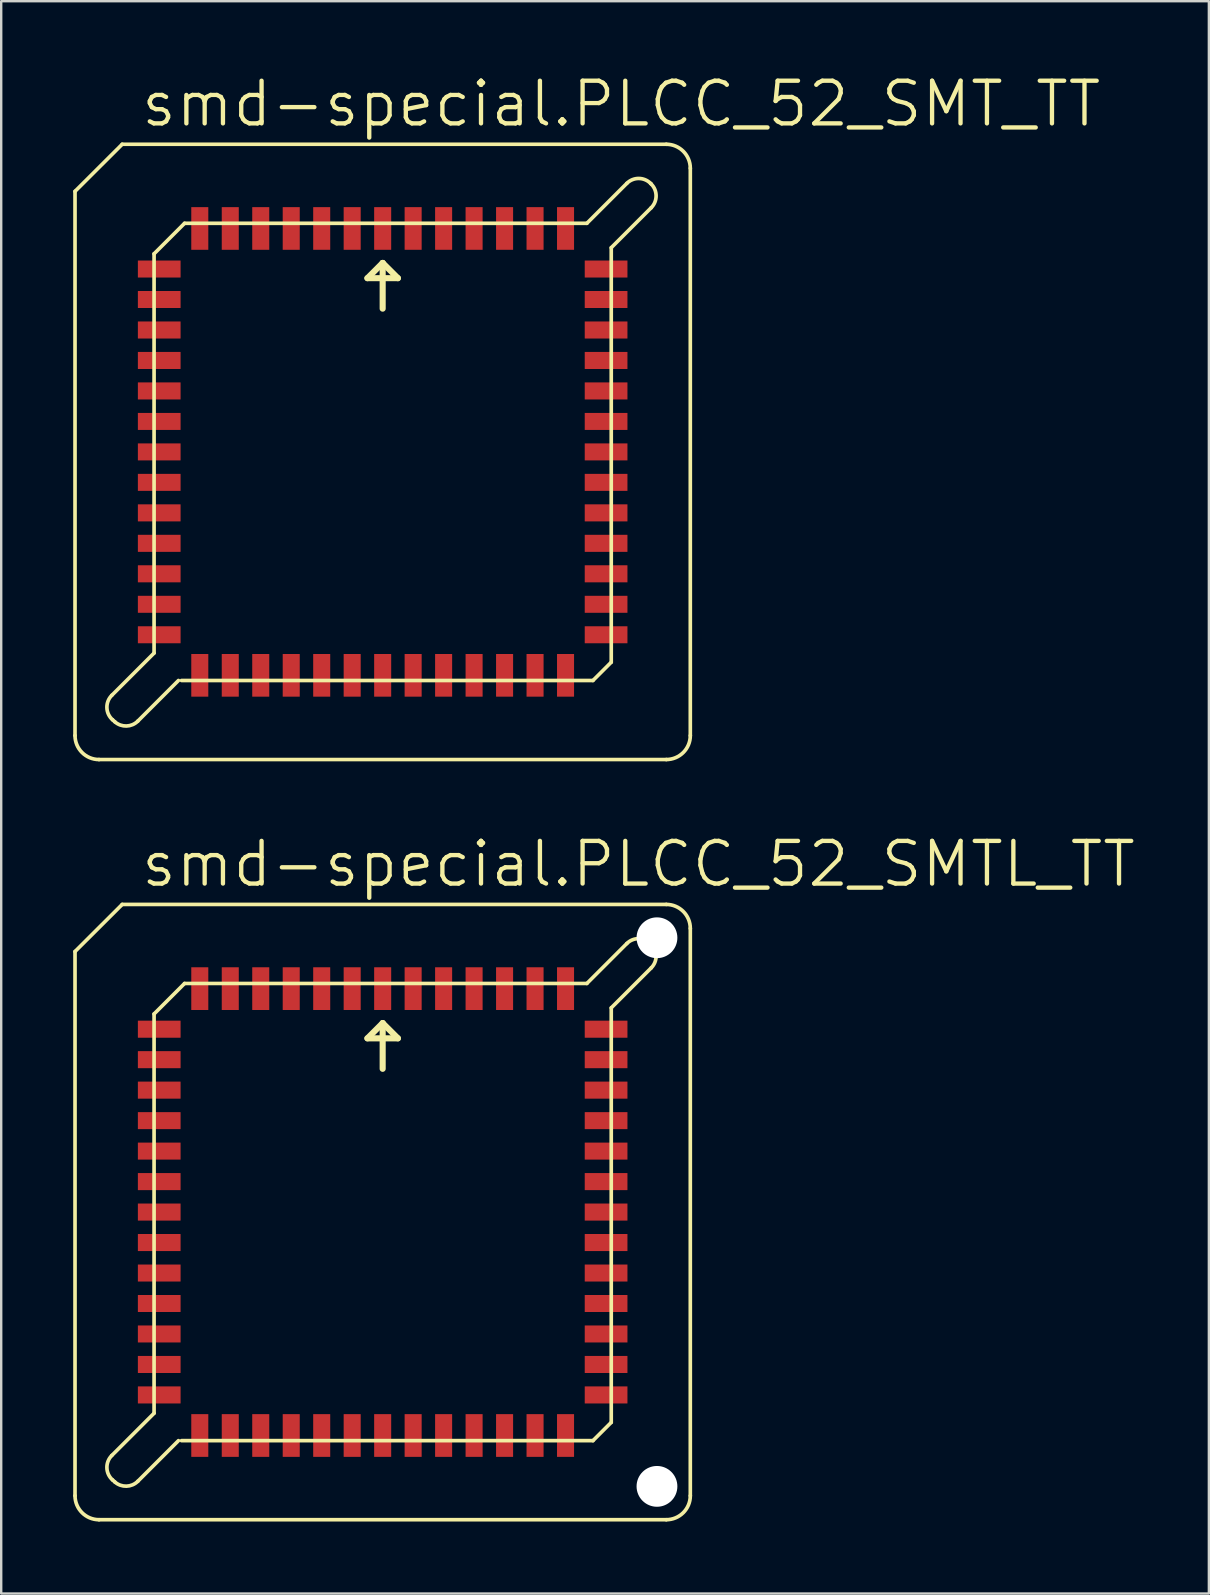
<source format=kicad_pcb>
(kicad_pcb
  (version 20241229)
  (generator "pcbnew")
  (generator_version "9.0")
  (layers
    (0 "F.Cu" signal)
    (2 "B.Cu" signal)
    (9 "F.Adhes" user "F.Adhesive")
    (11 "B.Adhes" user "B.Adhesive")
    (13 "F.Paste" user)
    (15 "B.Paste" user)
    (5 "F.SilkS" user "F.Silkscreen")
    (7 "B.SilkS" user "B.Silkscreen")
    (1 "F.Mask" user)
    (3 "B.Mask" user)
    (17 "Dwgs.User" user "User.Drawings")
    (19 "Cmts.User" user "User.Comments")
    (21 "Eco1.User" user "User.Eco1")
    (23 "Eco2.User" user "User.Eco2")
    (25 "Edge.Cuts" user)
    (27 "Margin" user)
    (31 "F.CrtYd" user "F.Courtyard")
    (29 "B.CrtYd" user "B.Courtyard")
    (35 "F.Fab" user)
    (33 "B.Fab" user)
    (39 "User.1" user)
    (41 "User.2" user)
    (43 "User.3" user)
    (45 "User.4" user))
  (footprint "smd-special.PLCC_52_SMTL_TT"
    (layer "F.Cu")
    (at 12.895 47.455)
    (property "Reference" "smd-special.PLCC_52_SMTL_TT" (at -10.16 -13.462 0) (layer "F.SilkS") (effects (font (size 1.778 1.778) (thickness 0.18)) (justify left bottom)))
    (attr smd)
    (fp_line (start -12.819 -10.857) (end -12.819 11.819) (stroke (width 0.152) (type default)) (layer "F.SilkS"))
    (fp_line (start -11.819 12.819) (end 11.819 12.819) (stroke (width 0.152) (type default)) (layer "F.SilkS"))
    (fp_line (start -11.286 10.143) (end -9.525 8.382) (stroke (width 0.152) (type default)) (layer "F.SilkS"))
    (fp_line (start -11.161 11.245) (end -11.256 11.161) (stroke (width 0.152) (type default)) (layer "F.SilkS"))
    (fp_line (start -10.853 -12.819) (end -12.819 -10.857) (stroke (width 0.152) (type default)) (layer "F.SilkS"))
    (fp_line (start -9.525 -8.255) (end -9.525 8.382) (stroke (width 0.152) (type default)) (layer "F.SilkS"))
    (fp_line (start -8.509 9.525) (end -10.201 11.217) (stroke (width 0.152) (type default)) (layer "F.SilkS"))
    (fp_line (start -8.382 9.525) (end 8.763 9.525) (stroke (width 0.152) (type default)) (layer "F.SilkS"))
    (fp_line (start -8.255 -9.525) (end -9.525 -8.255) (stroke (width 0.152) (type default)) (layer "F.SilkS"))
    (fp_line (start -8.255 -9.525) (end 8.509 -9.525) (stroke (width 0.152) (type default)) (layer "F.SilkS"))
    (fp_line (start -0.635 -7.239) (end 0 -7.874) (stroke (width 0.254) (type default)) (layer "F.SilkS"))
    (fp_line (start 0 -7.874) (end 0 -5.969) (stroke (width 0.254) (type default)) (layer "F.SilkS"))
    (fp_line (start 0 -7.874) (end 0.635 -7.239) (stroke (width 0.254) (type default)) (layer "F.SilkS"))
    (fp_line (start 0.635 -7.239) (end -0.635 -7.239) (stroke (width 0.254) (type default)) (layer "F.SilkS"))
    (fp_line (start 9.525 -8.509) (end 9.525 8.763) (stroke (width 0.152) (type default)) (layer "F.SilkS"))
    (fp_line (start 9.525 -8.509) (end 11.189 -10.173) (stroke (width 0.152) (type default)) (layer "F.SilkS"))
    (fp_line (start 9.525 8.763) (end 8.763 9.525) (stroke (width 0.152) (type default)) (layer "F.SilkS"))
    (fp_line (start 10.173 -11.189) (end 8.509 -9.525) (stroke (width 0.152) (type default)) (layer "F.SilkS"))
    (fp_line (start 11.189 -11.163) (end 11.163 -11.189) (stroke (width 0.152) (type default)) (layer "F.SilkS"))
    (fp_line (start 11.819 -12.819) (end -10.853 -12.819) (stroke (width 0.152) (type default)) (layer "F.SilkS"))
    (fp_line (start 12.819 11.819) (end 12.819 -11.819) (stroke (width 0.152) (type default)) (layer "F.SilkS"))
    (fp_arc (start -11.819 12.819) (mid -12.526107 12.526107) (end -12.819 11.819) (stroke (width 0.1524) (type default)) (layer "F.SilkS"))
    (fp_arc (start -11.2561 11.1612) (mid -11.490734 10.658622) (end -11.2861 10.1431) (stroke (width 0.1524) (type default)) (layer "F.SilkS"))
    (fp_arc (start -10.2013 11.2173) (mid -10.675713 11.421594) (end -11.1613 11.2455) (stroke (width 0.1524) (type default)) (layer "F.SilkS"))
    (fp_arc (start 10.173 -11.189) (mid 10.668 -11.394036) (end 11.163 -11.189) (stroke (width 0.1524) (type default)) (layer "F.SilkS"))
    (fp_arc (start 11.189 -11.163) (mid 11.394036 -10.668) (end 11.189 -10.173) (stroke (width 0.1524) (type default)) (layer "F.SilkS"))
    (fp_arc (start 11.819 -12.819) (mid 12.526107 -12.526107) (end 12.819 -11.819) (stroke (width 0.1524) (type default)) (layer "F.SilkS"))
    (fp_arc (start 12.819 11.819) (mid 12.526107 12.526107) (end 11.819 12.819) (stroke (width 0.1524) (type default)) (layer "F.SilkS"))
    (pad "" np_thru_hole circle (at 11.43 -11.43) (size 1.7 1.7) (drill 1.7) (layers "*.Cu" "*.Mask"))
    (pad "" np_thru_hole circle (at 11.43 11.43) (size 1.7 1.7) (drill 1.7) (layers "*.Cu" "*.Mask"))
    (pad "1" smd roundrect (at 0 -9.31) (size 0.71 1.78) (layers "F.Cu" "F.Mask" "F.Paste") (roundrect_rratio 0.01))
    (pad "2" smd roundrect (at -1.27 -9.31) (size 0.71 1.78) (layers "F.Cu" "F.Mask" "F.Paste") (roundrect_rratio 0.01))
    (pad "3" smd roundrect (at -2.54 -9.31) (size 0.71 1.78) (layers "F.Cu" "F.Mask" "F.Paste") (roundrect_rratio 0.01))
    (pad "4" smd roundrect (at -3.81 -9.31) (size 0.71 1.78) (layers "F.Cu" "F.Mask" "F.Paste") (roundrect_rratio 0.01))
    (pad "5" smd roundrect (at -5.08 -9.31) (size 0.71 1.78) (layers "F.Cu" "F.Mask" "F.Paste") (roundrect_rratio 0.01))
    (pad "6" smd roundrect (at -6.35 -9.31) (size 0.71 1.78) (layers "F.Cu" "F.Mask" "F.Paste") (roundrect_rratio 0.01))
    (pad "7" smd roundrect (at -7.62 -9.31) (size 0.71 1.78) (layers "F.Cu" "F.Mask" "F.Paste") (roundrect_rratio 0.01))
    (pad "8" smd roundrect (at -9.31 -7.62) (size 1.78 0.71) (layers "F.Cu" "F.Mask" "F.Paste") (roundrect_rratio 0.01))
    (pad "9" smd roundrect (at -9.31 -6.35) (size 1.78 0.71) (layers "F.Cu" "F.Mask" "F.Paste") (roundrect_rratio 0.01))
    (pad "10" smd roundrect (at -9.31 -5.08) (size 1.78 0.71) (layers "F.Cu" "F.Mask" "F.Paste") (roundrect_rratio 0.01))
    (pad "11" smd roundrect (at -9.31 -3.81) (size 1.78 0.71) (layers "F.Cu" "F.Mask" "F.Paste") (roundrect_rratio 0.01))
    (pad "12" smd roundrect (at -9.31 -2.54) (size 1.78 0.71) (layers "F.Cu" "F.Mask" "F.Paste") (roundrect_rratio 0.01))
    (pad "13" smd roundrect (at -9.31 -1.27) (size 1.78 0.71) (layers "F.Cu" "F.Mask" "F.Paste") (roundrect_rratio 0.01))
    (pad "14" smd roundrect (at -9.31 0) (size 1.78 0.71) (layers "F.Cu" "F.Mask" "F.Paste") (roundrect_rratio 0.01))
    (pad "15" smd roundrect (at -9.31 1.27) (size 1.78 0.71) (layers "F.Cu" "F.Mask" "F.Paste") (roundrect_rratio 0.01))
    (pad "16" smd roundrect (at -9.31 2.54) (size 1.78 0.71) (layers "F.Cu" "F.Mask" "F.Paste") (roundrect_rratio 0.01))
    (pad "17" smd roundrect (at -9.31 3.81) (size 1.78 0.71) (layers "F.Cu" "F.Mask" "F.Paste") (roundrect_rratio 0.01))
    (pad "18" smd roundrect (at -9.31 5.08) (size 1.78 0.71) (layers "F.Cu" "F.Mask" "F.Paste") (roundrect_rratio 0.01))
    (pad "19" smd roundrect (at -9.31 6.35) (size 1.78 0.71) (layers "F.Cu" "F.Mask" "F.Paste") (roundrect_rratio 0.01))
    (pad "20" smd roundrect (at -9.31 7.62) (size 1.78 0.71) (layers "F.Cu" "F.Mask" "F.Paste") (roundrect_rratio 0.01))
    (pad "21" smd roundrect (at -7.62 9.31) (size 0.71 1.78) (layers "F.Cu" "F.Mask" "F.Paste") (roundrect_rratio 0.01))
    (pad "22" smd roundrect (at -6.35 9.31) (size 0.71 1.78) (layers "F.Cu" "F.Mask" "F.Paste") (roundrect_rratio 0.01))
    (pad "23" smd roundrect (at -5.08 9.31) (size 0.71 1.78) (layers "F.Cu" "F.Mask" "F.Paste") (roundrect_rratio 0.01))
    (pad "24" smd roundrect (at -3.81 9.31) (size 0.71 1.78) (layers "F.Cu" "F.Mask" "F.Paste") (roundrect_rratio 0.01))
    (pad "25" smd roundrect (at -2.54 9.31) (size 0.71 1.78) (layers "F.Cu" "F.Mask" "F.Paste") (roundrect_rratio 0.01))
    (pad "26" smd roundrect (at -1.27 9.31) (size 0.71 1.78) (layers "F.Cu" "F.Mask" "F.Paste") (roundrect_rratio 0.01))
    (pad "27" smd roundrect (at 0 9.31) (size 0.71 1.78) (layers "F.Cu" "F.Mask" "F.Paste") (roundrect_rratio 0.01))
    (pad "28" smd roundrect (at 1.27 9.31) (size 0.71 1.78) (layers "F.Cu" "F.Mask" "F.Paste") (roundrect_rratio 0.01))
    (pad "29" smd roundrect (at 2.54 9.31) (size 0.71 1.78) (layers "F.Cu" "F.Mask" "F.Paste") (roundrect_rratio 0.01))
    (pad "30" smd roundrect (at 3.81 9.31) (size 0.71 1.78) (layers "F.Cu" "F.Mask" "F.Paste") (roundrect_rratio 0.01))
    (pad "31" smd roundrect (at 5.08 9.31) (size 0.71 1.78) (layers "F.Cu" "F.Mask" "F.Paste") (roundrect_rratio 0.01))
    (pad "32" smd roundrect (at 6.35 9.31) (size 0.71 1.78) (layers "F.Cu" "F.Mask" "F.Paste") (roundrect_rratio 0.01))
    (pad "33" smd roundrect (at 7.62 9.31) (size 0.71 1.78) (layers "F.Cu" "F.Mask" "F.Paste") (roundrect_rratio 0.01))
    (pad "34" smd roundrect (at 9.31 7.62) (size 1.78 0.71) (layers "F.Cu" "F.Mask" "F.Paste") (roundrect_rratio 0.01))
    (pad "35" smd roundrect (at 9.31 6.35) (size 1.78 0.71) (layers "F.Cu" "F.Mask" "F.Paste") (roundrect_rratio 0.01))
    (pad "36" smd roundrect (at 9.31 5.08) (size 1.78 0.71) (layers "F.Cu" "F.Mask" "F.Paste") (roundrect_rratio 0.01))
    (pad "37" smd roundrect (at 9.31 3.81) (size 1.78 0.71) (layers "F.Cu" "F.Mask" "F.Paste") (roundrect_rratio 0.01))
    (pad "38" smd roundrect (at 9.31 2.54) (size 1.78 0.71) (layers "F.Cu" "F.Mask" "F.Paste") (roundrect_rratio 0.01))
    (pad "39" smd roundrect (at 9.31 1.27) (size 1.78 0.71) (layers "F.Cu" "F.Mask" "F.Paste") (roundrect_rratio 0.01))
    (pad "40" smd roundrect (at 9.31 0) (size 1.78 0.71) (layers "F.Cu" "F.Mask" "F.Paste") (roundrect_rratio 0.01))
    (pad "41" smd roundrect (at 9.31 -1.27) (size 1.78 0.71) (layers "F.Cu" "F.Mask" "F.Paste") (roundrect_rratio 0.01))
    (pad "42" smd roundrect (at 9.31 -2.54) (size 1.78 0.71) (layers "F.Cu" "F.Mask" "F.Paste") (roundrect_rratio 0.01))
    (pad "43" smd roundrect (at 9.31 -3.81) (size 1.78 0.71) (layers "F.Cu" "F.Mask" "F.Paste") (roundrect_rratio 0.01))
    (pad "44" smd roundrect (at 9.31 -5.08) (size 1.78 0.71) (layers "F.Cu" "F.Mask" "F.Paste") (roundrect_rratio 0.01))
    (pad "45" smd roundrect (at 9.31 -6.35) (size 1.78 0.71) (layers "F.Cu" "F.Mask" "F.Paste") (roundrect_rratio 0.01))
    (pad "46" smd roundrect (at 9.31 -7.62) (size 1.78 0.71) (layers "F.Cu" "F.Mask" "F.Paste") (roundrect_rratio 0.01))
    (pad "47" smd roundrect (at 7.62 -9.31) (size 0.71 1.78) (layers "F.Cu" "F.Mask" "F.Paste") (roundrect_rratio 0.01))
    (pad "48" smd roundrect (at 6.35 -9.31) (size 0.71 1.78) (layers "F.Cu" "F.Mask" "F.Paste") (roundrect_rratio 0.01))
    (pad "49" smd roundrect (at 5.08 -9.31) (size 0.71 1.78) (layers "F.Cu" "F.Mask" "F.Paste") (roundrect_rratio 0.01))
    (pad "50" smd roundrect (at 3.81 -9.31) (size 0.71 1.78) (layers "F.Cu" "F.Mask" "F.Paste") (roundrect_rratio 0.01))
    (pad "51" smd roundrect (at 2.54 -9.31) (size 0.71 1.78) (layers "F.Cu" "F.Mask" "F.Paste") (roundrect_rratio 0.01))
    (pad "52" smd roundrect (at 1.27 -9.31) (size 0.71 1.78) (layers "F.Cu" "F.Mask" "F.Paste") (roundrect_rratio 0.01)))
  (footprint "smd-special.PLCC_52_SMT_TT"
    (layer "F.Cu")
    (at 12.895 15.78)
    (property "Reference" "smd-special.PLCC_52_SMT_TT" (at -10.16 -13.462 0) (layer "F.SilkS") (effects (font (size 1.778 1.778) (thickness 0.18)) (justify left bottom)))
    (attr smd)
    (fp_line (start -12.819 -10.857) (end -12.819 11.819) (stroke (width 0.152) (type default)) (layer "F.SilkS"))
    (fp_line (start -11.819 12.819) (end 11.819 12.819) (stroke (width 0.152) (type default)) (layer "F.SilkS"))
    (fp_line (start -11.286 10.143) (end -9.525 8.382) (stroke (width 0.152) (type default)) (layer "F.SilkS"))
    (fp_line (start -11.161 11.245) (end -11.256 11.161) (stroke (width 0.152) (type default)) (layer "F.SilkS"))
    (fp_line (start -10.853 -12.819) (end -12.819 -10.857) (stroke (width 0.152) (type default)) (layer "F.SilkS"))
    (fp_line (start -9.525 -8.255) (end -9.525 8.382) (stroke (width 0.152) (type default)) (layer "F.SilkS"))
    (fp_line (start -8.509 9.525) (end -10.201 11.217) (stroke (width 0.152) (type default)) (layer "F.SilkS"))
    (fp_line (start -8.382 9.525) (end 8.763 9.525) (stroke (width 0.152) (type default)) (layer "F.SilkS"))
    (fp_line (start -8.255 -9.525) (end -9.525 -8.255) (stroke (width 0.152) (type default)) (layer "F.SilkS"))
    (fp_line (start -8.255 -9.525) (end 8.509 -9.525) (stroke (width 0.152) (type default)) (layer "F.SilkS"))
    (fp_line (start -0.635 -7.239) (end 0 -7.874) (stroke (width 0.254) (type default)) (layer "F.SilkS"))
    (fp_line (start 0 -7.874) (end 0 -5.969) (stroke (width 0.254) (type default)) (layer "F.SilkS"))
    (fp_line (start 0 -7.874) (end 0.635 -7.239) (stroke (width 0.254) (type default)) (layer "F.SilkS"))
    (fp_line (start 0.635 -7.239) (end -0.635 -7.239) (stroke (width 0.254) (type default)) (layer "F.SilkS"))
    (fp_line (start 9.525 -8.509) (end 9.525 8.763) (stroke (width 0.152) (type default)) (layer "F.SilkS"))
    (fp_line (start 9.525 -8.509) (end 11.189 -10.173) (stroke (width 0.152) (type default)) (layer "F.SilkS"))
    (fp_line (start 9.525 8.763) (end 8.763 9.525) (stroke (width 0.152) (type default)) (layer "F.SilkS"))
    (fp_line (start 10.173 -11.189) (end 8.509 -9.525) (stroke (width 0.152) (type default)) (layer "F.SilkS"))
    (fp_line (start 11.189 -11.163) (end 11.163 -11.189) (stroke (width 0.152) (type default)) (layer "F.SilkS"))
    (fp_line (start 11.819 -12.819) (end -10.853 -12.819) (stroke (width 0.152) (type default)) (layer "F.SilkS"))
    (fp_line (start 12.819 11.819) (end 12.819 -11.819) (stroke (width 0.152) (type default)) (layer "F.SilkS"))
    (fp_arc (start -11.819 12.819) (mid -12.526107 12.526107) (end -12.819 11.819) (stroke (width 0.1524) (type default)) (layer "F.SilkS"))
    (fp_arc (start -11.2561 11.1612) (mid -11.490734 10.658622) (end -11.2861 10.1431) (stroke (width 0.1524) (type default)) (layer "F.SilkS"))
    (fp_arc (start -10.2013 11.2173) (mid -10.675701 11.422002) (end -11.1613 11.2455) (stroke (width 0.1524) (type default)) (layer "F.SilkS"))
    (fp_arc (start 10.173 -11.189) (mid 10.668 -11.394036) (end 11.163 -11.189) (stroke (width 0.1524) (type default)) (layer "F.SilkS"))
    (fp_arc (start 11.189 -11.163) (mid 11.394036 -10.668) (end 11.189 -10.173) (stroke (width 0.1524) (type default)) (layer "F.SilkS"))
    (fp_arc (start 11.819 -12.819) (mid 12.526107 -12.526107) (end 12.819 -11.819) (stroke (width 0.1524) (type default)) (layer "F.SilkS"))
    (fp_arc (start 12.819 11.819) (mid 12.526107 12.526107) (end 11.819 12.819) (stroke (width 0.1524) (type default)) (layer "F.SilkS"))
    (pad "1" smd roundrect (at 0 -9.31) (size 0.71 1.78) (layers "F.Cu" "F.Mask" "F.Paste") (roundrect_rratio 0.01))
    (pad "2" smd roundrect (at -1.27 -9.31) (size 0.71 1.78) (layers "F.Cu" "F.Mask" "F.Paste") (roundrect_rratio 0.01))
    (pad "3" smd roundrect (at -2.54 -9.31) (size 0.71 1.78) (layers "F.Cu" "F.Mask" "F.Paste") (roundrect_rratio 0.01))
    (pad "4" smd roundrect (at -3.81 -9.31) (size 0.71 1.78) (layers "F.Cu" "F.Mask" "F.Paste") (roundrect_rratio 0.01))
    (pad "5" smd roundrect (at -5.08 -9.31) (size 0.71 1.78) (layers "F.Cu" "F.Mask" "F.Paste") (roundrect_rratio 0.01))
    (pad "6" smd roundrect (at -6.35 -9.31) (size 0.71 1.78) (layers "F.Cu" "F.Mask" "F.Paste") (roundrect_rratio 0.01))
    (pad "7" smd roundrect (at -7.62 -9.31) (size 0.71 1.78) (layers "F.Cu" "F.Mask" "F.Paste") (roundrect_rratio 0.01))
    (pad "8" smd roundrect (at -9.31 -7.62) (size 1.78 0.71) (layers "F.Cu" "F.Mask" "F.Paste") (roundrect_rratio 0.01))
    (pad "9" smd roundrect (at -9.31 -6.35) (size 1.78 0.71) (layers "F.Cu" "F.Mask" "F.Paste") (roundrect_rratio 0.01))
    (pad "10" smd roundrect (at -9.31 -5.08) (size 1.78 0.71) (layers "F.Cu" "F.Mask" "F.Paste") (roundrect_rratio 0.01))
    (pad "11" smd roundrect (at -9.31 -3.81) (size 1.78 0.71) (layers "F.Cu" "F.Mask" "F.Paste") (roundrect_rratio 0.01))
    (pad "12" smd roundrect (at -9.31 -2.54) (size 1.78 0.71) (layers "F.Cu" "F.Mask" "F.Paste") (roundrect_rratio 0.01))
    (pad "13" smd roundrect (at -9.31 -1.27) (size 1.78 0.71) (layers "F.Cu" "F.Mask" "F.Paste") (roundrect_rratio 0.01))
    (pad "14" smd roundrect (at -9.31 0) (size 1.78 0.71) (layers "F.Cu" "F.Mask" "F.Paste") (roundrect_rratio 0.01))
    (pad "15" smd roundrect (at -9.31 1.27) (size 1.78 0.71) (layers "F.Cu" "F.Mask" "F.Paste") (roundrect_rratio 0.01))
    (pad "16" smd roundrect (at -9.31 2.54) (size 1.78 0.71) (layers "F.Cu" "F.Mask" "F.Paste") (roundrect_rratio 0.01))
    (pad "17" smd roundrect (at -9.31 3.81) (size 1.78 0.71) (layers "F.Cu" "F.Mask" "F.Paste") (roundrect_rratio 0.01))
    (pad "18" smd roundrect (at -9.31 5.08) (size 1.78 0.71) (layers "F.Cu" "F.Mask" "F.Paste") (roundrect_rratio 0.01))
    (pad "19" smd roundrect (at -9.31 6.35) (size 1.78 0.71) (layers "F.Cu" "F.Mask" "F.Paste") (roundrect_rratio 0.01))
    (pad "20" smd roundrect (at -9.31 7.62) (size 1.78 0.71) (layers "F.Cu" "F.Mask" "F.Paste") (roundrect_rratio 0.01))
    (pad "21" smd roundrect (at -7.62 9.31) (size 0.71 1.78) (layers "F.Cu" "F.Mask" "F.Paste") (roundrect_rratio 0.01))
    (pad "22" smd roundrect (at -6.35 9.31) (size 0.71 1.78) (layers "F.Cu" "F.Mask" "F.Paste") (roundrect_rratio 0.01))
    (pad "23" smd roundrect (at -5.08 9.31) (size 0.71 1.78) (layers "F.Cu" "F.Mask" "F.Paste") (roundrect_rratio 0.01))
    (pad "24" smd roundrect (at -3.81 9.31) (size 0.71 1.78) (layers "F.Cu" "F.Mask" "F.Paste") (roundrect_rratio 0.01))
    (pad "25" smd roundrect (at -2.54 9.31) (size 0.71 1.78) (layers "F.Cu" "F.Mask" "F.Paste") (roundrect_rratio 0.01))
    (pad "26" smd roundrect (at -1.27 9.31) (size 0.71 1.78) (layers "F.Cu" "F.Mask" "F.Paste") (roundrect_rratio 0.01))
    (pad "27" smd roundrect (at 0 9.31) (size 0.71 1.78) (layers "F.Cu" "F.Mask" "F.Paste") (roundrect_rratio 0.01))
    (pad "28" smd roundrect (at 1.27 9.31) (size 0.71 1.78) (layers "F.Cu" "F.Mask" "F.Paste") (roundrect_rratio 0.01))
    (pad "29" smd roundrect (at 2.54 9.31) (size 0.71 1.78) (layers "F.Cu" "F.Mask" "F.Paste") (roundrect_rratio 0.01))
    (pad "30" smd roundrect (at 3.81 9.31) (size 0.71 1.78) (layers "F.Cu" "F.Mask" "F.Paste") (roundrect_rratio 0.01))
    (pad "31" smd roundrect (at 5.08 9.31) (size 0.71 1.78) (layers "F.Cu" "F.Mask" "F.Paste") (roundrect_rratio 0.01))
    (pad "32" smd roundrect (at 6.35 9.31) (size 0.71 1.78) (layers "F.Cu" "F.Mask" "F.Paste") (roundrect_rratio 0.01))
    (pad "33" smd roundrect (at 7.62 9.31) (size 0.71 1.78) (layers "F.Cu" "F.Mask" "F.Paste") (roundrect_rratio 0.01))
    (pad "34" smd roundrect (at 9.31 7.62) (size 1.78 0.71) (layers "F.Cu" "F.Mask" "F.Paste") (roundrect_rratio 0.01))
    (pad "35" smd roundrect (at 9.31 6.35) (size 1.78 0.71) (layers "F.Cu" "F.Mask" "F.Paste") (roundrect_rratio 0.01))
    (pad "36" smd roundrect (at 9.31 5.08) (size 1.78 0.71) (layers "F.Cu" "F.Mask" "F.Paste") (roundrect_rratio 0.01))
    (pad "37" smd roundrect (at 9.31 3.81) (size 1.78 0.71) (layers "F.Cu" "F.Mask" "F.Paste") (roundrect_rratio 0.01))
    (pad "38" smd roundrect (at 9.31 2.54) (size 1.78 0.71) (layers "F.Cu" "F.Mask" "F.Paste") (roundrect_rratio 0.01))
    (pad "39" smd roundrect (at 9.31 1.27) (size 1.78 0.71) (layers "F.Cu" "F.Mask" "F.Paste") (roundrect_rratio 0.01))
    (pad "40" smd roundrect (at 9.31 0) (size 1.78 0.71) (layers "F.Cu" "F.Mask" "F.Paste") (roundrect_rratio 0.01))
    (pad "41" smd roundrect (at 9.31 -1.27) (size 1.78 0.71) (layers "F.Cu" "F.Mask" "F.Paste") (roundrect_rratio 0.01))
    (pad "42" smd roundrect (at 9.31 -2.54) (size 1.78 0.71) (layers "F.Cu" "F.Mask" "F.Paste") (roundrect_rratio 0.01))
    (pad "43" smd roundrect (at 9.31 -3.81) (size 1.78 0.71) (layers "F.Cu" "F.Mask" "F.Paste") (roundrect_rratio 0.01))
    (pad "44" smd roundrect (at 9.31 -5.08) (size 1.78 0.71) (layers "F.Cu" "F.Mask" "F.Paste") (roundrect_rratio 0.01))
    (pad "45" smd roundrect (at 9.31 -6.35) (size 1.78 0.71) (layers "F.Cu" "F.Mask" "F.Paste") (roundrect_rratio 0.01))
    (pad "46" smd roundrect (at 9.31 -7.62) (size 1.78 0.71) (layers "F.Cu" "F.Mask" "F.Paste") (roundrect_rratio 0.01))
    (pad "47" smd roundrect (at 7.62 -9.31) (size 0.71 1.78) (layers "F.Cu" "F.Mask" "F.Paste") (roundrect_rratio 0.01))
    (pad "48" smd roundrect (at 6.35 -9.31) (size 0.71 1.78) (layers "F.Cu" "F.Mask" "F.Paste") (roundrect_rratio 0.01))
    (pad "49" smd roundrect (at 5.08 -9.31) (size 0.71 1.78) (layers "F.Cu" "F.Mask" "F.Paste") (roundrect_rratio 0.01))
    (pad "50" smd roundrect (at 3.81 -9.31) (size 0.71 1.78) (layers "F.Cu" "F.Mask" "F.Paste") (roundrect_rratio 0.01))
    (pad "51" smd roundrect (at 2.54 -9.31) (size 0.71 1.78) (layers "F.Cu" "F.Mask" "F.Paste") (roundrect_rratio 0.01))
    (pad "52" smd roundrect (at 1.27 -9.31) (size 0.71 1.78) (layers "F.Cu" "F.Mask" "F.Paste") (roundrect_rratio 0.01)))
  (gr_rect
    (start -3 -3)
    (end 47.322 63.35)
    (stroke (width 0.1) (type default))
    (fill no)
    (layer "Edge.Cuts")))
</source>
